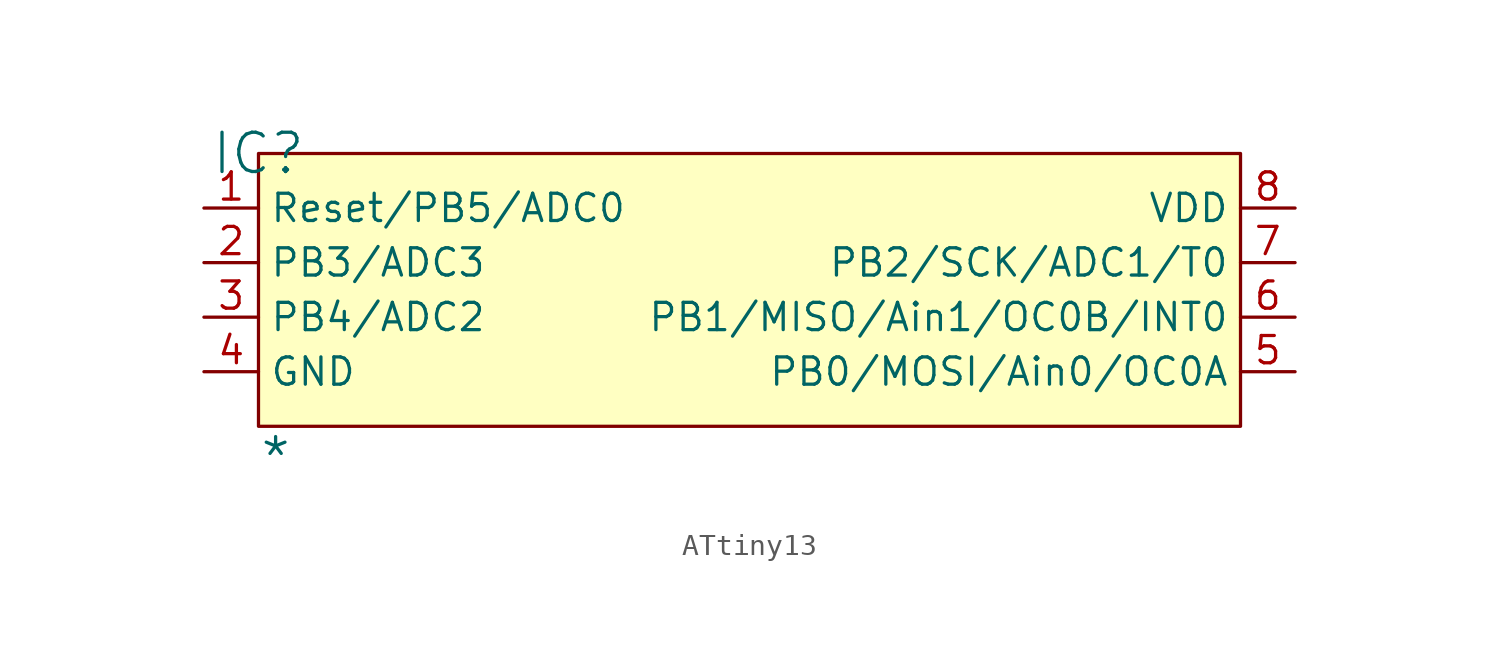
<source format=kicad_sym>
(kicad_symbol_lib
  (version 20241209)
  (generator "kicad_symbol_editor")
  (generator_version "9.0")
  (symbol "ATtiny13"
    (property "Reference" "IC"
      (at 0 0 0)
      (effects (font (size 1.829 1.829))))
    (property "Value" "*"
      (at 0 -15.24 0)
      (effects (font (size 1.829 1.829)) (justify left bottom)))
    (symbol "ATtiny13_1_0"
      (rectangle (start 45.72 0) (end 0 -12.7) (stroke (width 0) (type solid) (color 128 0 0 1)) (fill (type background)))
      (pin passive line (at -2.54 -2.54 0) (length 2.54) (name "Reset/PB5/ADC0" (effects (font (size 1.27 1.27)))) (number "1" (effects (font (size 1.27 1.27)))))
      (pin passive line (at -2.54 -5.08 0) (length 2.54) (name "PB3/ADC3" (effects (font (size 1.27 1.27)))) (number "2" (effects (font (size 1.27 1.27)))))
      (pin passive line (at -2.54 -7.62 0) (length 2.54) (name "PB4/ADC2" (effects (font (size 1.27 1.27)))) (number "3" (effects (font (size 1.27 1.27)))))
      (pin passive line (at -2.54 -10.16 0) (length 2.54) (name "GND" (effects (font (size 1.27 1.27)))) (number "4" (effects (font (size 1.27 1.27)))))
      (pin passive line (at 48.26 -2.54 180) (length 2.54) (name "VDD" (effects (font (size 1.27 1.27)))) (number "8" (effects (font (size 1.27 1.27)))))
      (pin passive line (at 48.26 -5.08 180) (length 2.54) (name "PB2/SCK/ADC1/T0" (effects (font (size 1.27 1.27)))) (number "7" (effects (font (size 1.27 1.27)))))
      (pin passive line (at 48.26 -7.62 180) (length 2.54) (name "PB1/MISO/Ain1/OC0B/INT0" (effects (font (size 1.27 1.27)))) (number "6" (effects (font (size 1.27 1.27)))))
      (pin passive line (at 48.26 -10.16 180) (length 2.54) (name "PB0/MOSI/Ain0/OC0A" (effects (font (size 1.27 1.27)))) (number "5" (effects (font (size 1.27 1.27))))))))
</source>
